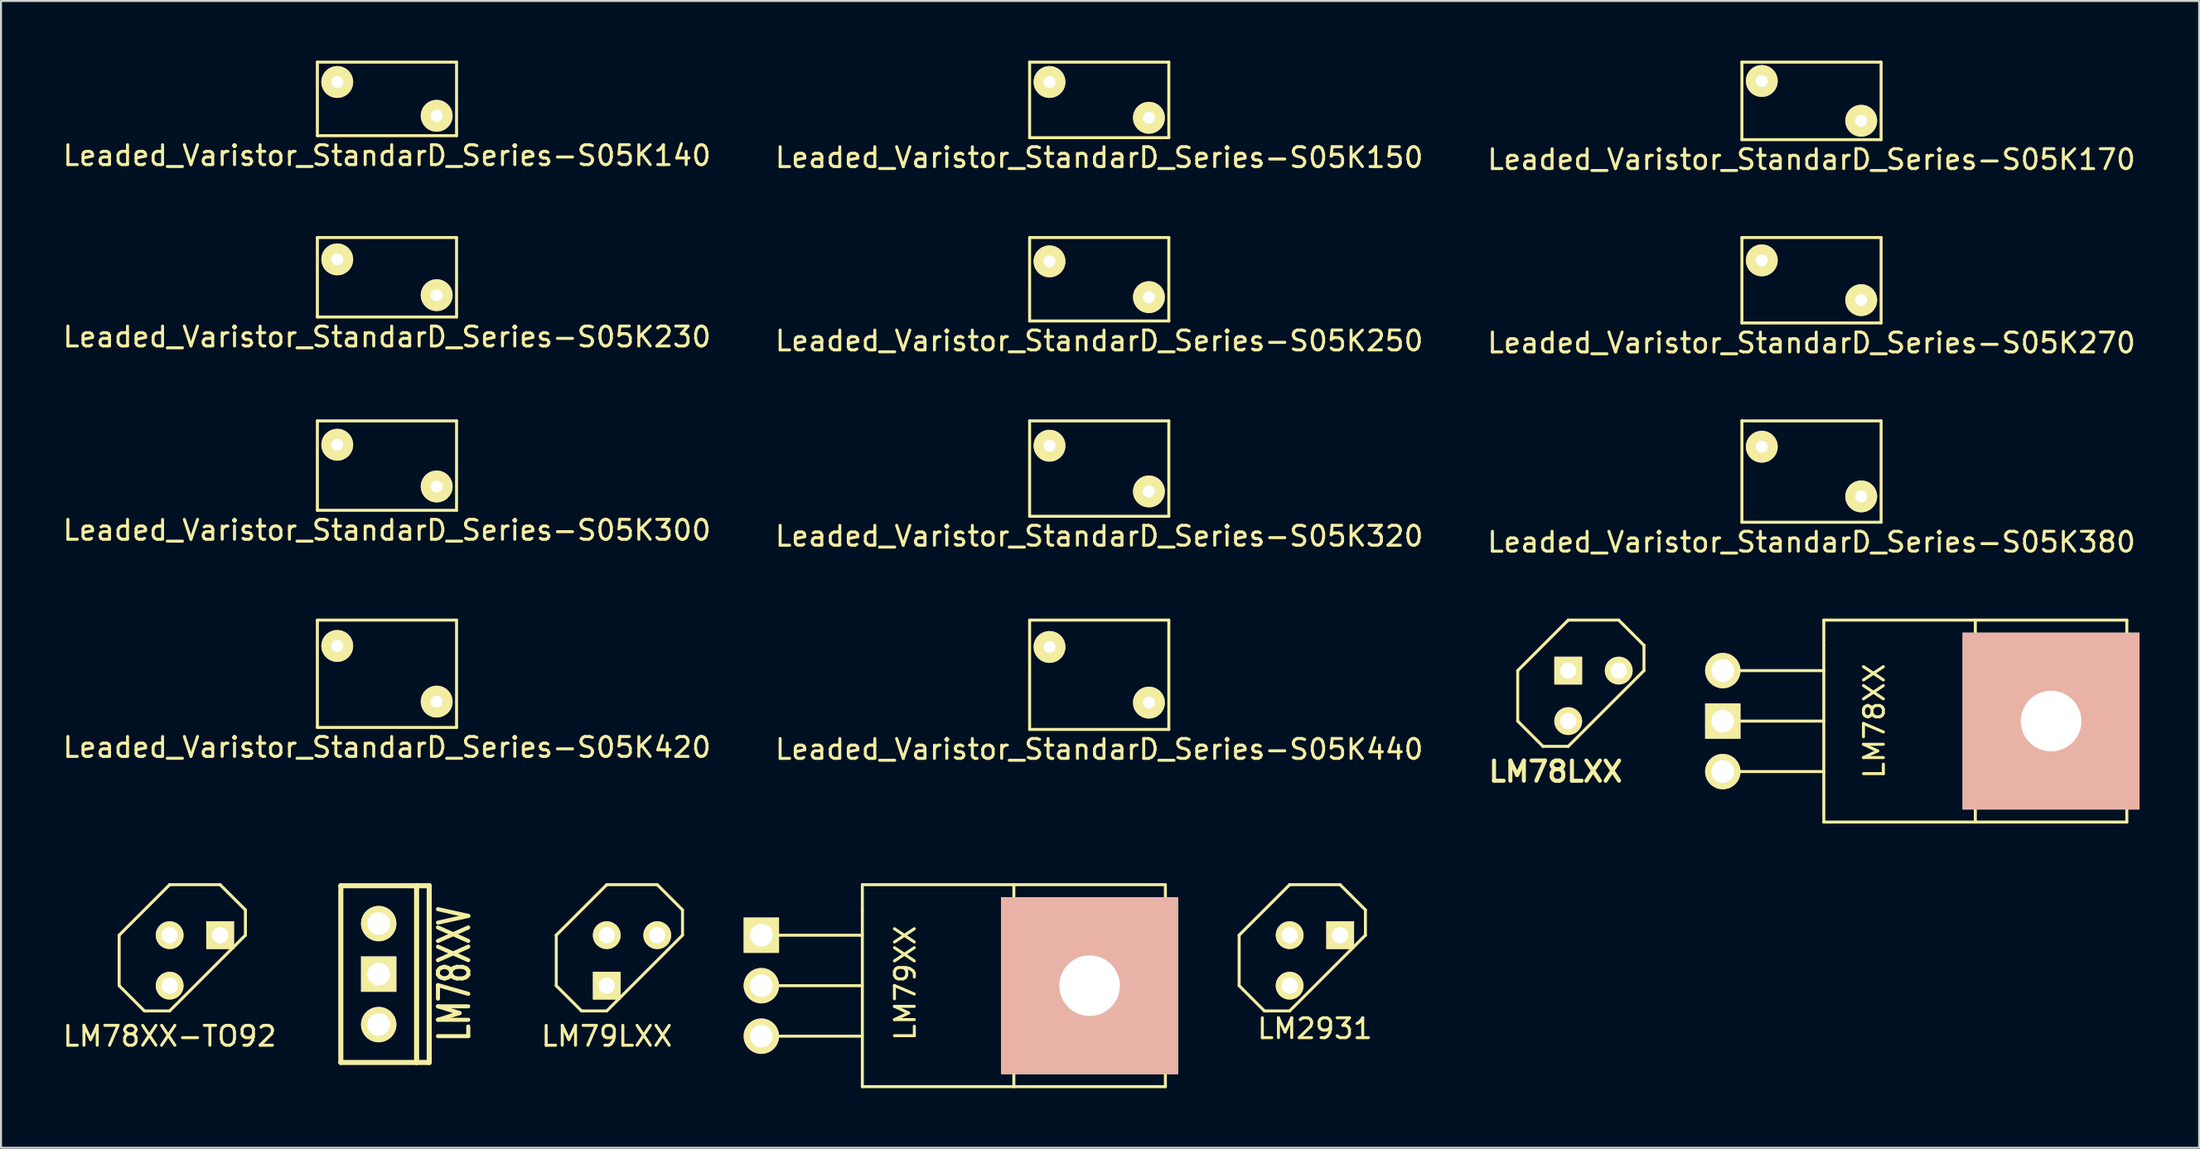
<source format=kicad_pcb>
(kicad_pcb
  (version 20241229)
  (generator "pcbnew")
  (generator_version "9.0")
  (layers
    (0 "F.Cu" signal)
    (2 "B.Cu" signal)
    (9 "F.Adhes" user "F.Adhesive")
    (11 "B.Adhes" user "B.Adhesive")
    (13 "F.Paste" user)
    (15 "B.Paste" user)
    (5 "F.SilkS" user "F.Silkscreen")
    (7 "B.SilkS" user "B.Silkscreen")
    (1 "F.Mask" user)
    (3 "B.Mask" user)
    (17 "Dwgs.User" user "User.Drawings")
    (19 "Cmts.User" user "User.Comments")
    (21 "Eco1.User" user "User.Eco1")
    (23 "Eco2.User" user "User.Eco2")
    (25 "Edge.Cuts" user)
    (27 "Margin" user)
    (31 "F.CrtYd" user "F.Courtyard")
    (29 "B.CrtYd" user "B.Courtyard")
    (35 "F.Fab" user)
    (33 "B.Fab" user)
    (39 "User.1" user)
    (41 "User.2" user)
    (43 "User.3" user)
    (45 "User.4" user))
  (footprint "LM78XXV"
    (layer "F.Cu")
    (at 15.996 45.952)
    (property "Reference" "LM78XXV" (at 3.81 0 90) (layer "F.SilkS") (effects (font (size 1.524 1.016) (thickness 0.203))))
    (attr through_hole)
    (fp_line (start -1.905 -4.445) (end 1.905 -4.445) (stroke (width 0.254) (type solid)) (layer "F.SilkS"))
    (fp_line (start -1.905 4.445) (end -1.905 -4.445) (stroke (width 0.254) (type solid)) (layer "F.SilkS"))
    (fp_line (start 1.905 -4.445) (end 1.905 4.445) (stroke (width 0.254) (type solid)) (layer "F.SilkS"))
    (fp_line (start 1.905 -4.445) (end 2.54 -4.445) (stroke (width 0.254) (type solid)) (layer "F.SilkS"))
    (fp_line (start 1.905 4.445) (end -1.905 4.445) (stroke (width 0.254) (type solid)) (layer "F.SilkS"))
    (fp_line (start 2.54 -4.445) (end 2.54 4.445) (stroke (width 0.254) (type solid)) (layer "F.SilkS"))
    (fp_line (start 2.54 4.445) (end 1.905 4.445) (stroke (width 0.254) (type solid)) (layer "F.SilkS"))
    (pad "GND" thru_hole rect (at 0 0) (size 1.778 1.778) (drill 1.143) (layers "*.Cu" "*.Mask" "F.SilkS"))
    (pad "VI" thru_hole circle (at 0 -2.54) (size 1.778 1.778) (drill 1.143) (layers "*.Cu" "*.Mask" "F.SilkS"))
    (pad "VO" thru_hole circle (at 0 2.54) (size 1.778 1.778) (drill 1.143) (layers "*.Cu" "*.Mask" "F.SilkS")))
  (footprint "Leaded_Varistor_StandarD_Series-S05K150"
    (layer "F.Cu")
    (at 49.732 1.075)
    (property "Reference" "Leaded_Varistor_StandarD_Series-S05K150" (at 2.5 3.8 0) (layer "F.SilkS") (effects (font (size 1 1) (thickness 0.15))))
    (attr through_hole)
    (fp_line (start -1 -1) (end -1 2.8) (stroke (width 0.15) (type solid)) (layer "F.SilkS"))
    (fp_line (start -1 -1) (end 6 -1) (stroke (width 0.15) (type solid)) (layer "F.SilkS"))
    (fp_line (start -1 2.8) (end 6 2.8) (stroke (width 0.15) (type solid)) (layer "F.SilkS"))
    (fp_line (start 6 -1) (end 6 2.8) (stroke (width 0.15) (type solid)) (layer "F.SilkS"))
    (pad "1" thru_hole circle (at 0 0) (size 1.6 1.6) (drill 0.6) (layers "*.Cu" "*.Mask" "F.SilkS"))
    (pad "2" thru_hole circle (at 5 1.8) (size 1.6 1.6) (drill 0.6) (layers "*.Cu" "*.Mask" "F.SilkS")))
  (footprint "Leaded_Varistor_StandarD_Series-S05K300"
    (layer "F.Cu")
    (at 13.911 19.322)
    (property "Reference" "Leaded_Varistor_StandarD_Series-S05K300" (at 2.5 4.3 0) (layer "F.SilkS") (effects (font (size 1 1) (thickness 0.15))))
    (attr through_hole)
    (fp_line (start -1 -1.2) (end -1 3.3) (stroke (width 0.15) (type solid)) (layer "F.SilkS"))
    (fp_line (start -1 -1.2) (end 6 -1.2) (stroke (width 0.15) (type solid)) (layer "F.SilkS"))
    (fp_line (start -1 3.3) (end 6 3.3) (stroke (width 0.15) (type solid)) (layer "F.SilkS"))
    (fp_line (start 6 -1.2) (end 6 3.3) (stroke (width 0.15) (type solid)) (layer "F.SilkS"))
    (pad "1" thru_hole circle (at 0 0) (size 1.6 1.6) (drill 0.6) (layers "*.Cu" "*.Mask" "F.SilkS"))
    (pad "2" thru_hole circle (at 5 2.1) (size 1.6 1.6) (drill 0.6) (layers "*.Cu" "*.Mask" "F.SilkS")))
  (footprint "Leaded_Varistor_StandarD_Series-S05K250"
    (layer "F.Cu")
    (at 49.732 10.098)
    (property "Reference" "Leaded_Varistor_StandarD_Series-S05K250" (at 2.5 4 0) (layer "F.SilkS") (effects (font (size 1 1) (thickness 0.15))))
    (attr through_hole)
    (fp_line (start -1 -1.2) (end -1 3) (stroke (width 0.15) (type solid)) (layer "F.SilkS"))
    (fp_line (start -1 -1.2) (end 6 -1.2) (stroke (width 0.15) (type solid)) (layer "F.SilkS"))
    (fp_line (start -1 3) (end 6 3) (stroke (width 0.15) (type solid)) (layer "F.SilkS"))
    (fp_line (start 6 -1.2) (end 6 3) (stroke (width 0.15) (type solid)) (layer "F.SilkS"))
    (pad "1" thru_hole circle (at 0 0) (size 1.6 1.6) (drill 0.6) (layers "*.Cu" "*.Mask" "F.SilkS"))
    (pad "2" thru_hole circle (at 5 1.8) (size 1.6 1.6) (drill 0.6) (layers "*.Cu" "*.Mask" "F.SilkS")))
  (footprint "Leaded_Varistor_StandarD_Series-S05K320"
    (layer "F.Cu")
    (at 49.732 19.372)
    (property "Reference" "Leaded_Varistor_StandarD_Series-S05K320" (at 2.5 4.55 0) (layer "F.SilkS") (effects (font (size 1 1) (thickness 0.15))))
    (attr through_hole)
    (fp_line (start -1 -1.25) (end -1 3.55) (stroke (width 0.15) (type solid)) (layer "F.SilkS"))
    (fp_line (start -1 -1.25) (end 6 -1.25) (stroke (width 0.15) (type solid)) (layer "F.SilkS"))
    (fp_line (start -1 3.55) (end 6 3.55) (stroke (width 0.15) (type solid)) (layer "F.SilkS"))
    (fp_line (start 6 -1.25) (end 6 3.55) (stroke (width 0.15) (type solid)) (layer "F.SilkS"))
    (pad "1" thru_hole circle (at 0 0) (size 1.6 1.6) (drill 0.6) (layers "*.Cu" "*.Mask" "F.SilkS"))
    (pad "2" thru_hole circle (at 5 2.3) (size 1.6 1.6) (drill 0.6) (layers "*.Cu" "*.Mask" "F.SilkS")))
  (footprint "LM79LXX"
    (layer "F.Cu")
    (at 28.735 45.265)
    (property "Reference" "LM79LXX" (at -1.27 3.81 0) (layer "F.SilkS") (effects (font (size 1 1) (thickness 0.15))))
    (attr through_hole)
    (fp_line (start -3.81 -1.27) (end -3.81 1.27) (stroke (width 0.15) (type solid)) (layer "F.SilkS"))
    (fp_line (start -3.81 1.27) (end -2.54 2.54) (stroke (width 0.15) (type solid)) (layer "F.SilkS"))
    (fp_line (start -2.54 2.54) (end -1.27 2.54) (stroke (width 0.15) (type solid)) (layer "F.SilkS"))
    (fp_line (start -1.27 -3.81) (end -3.81 -1.27) (stroke (width 0.15) (type solid)) (layer "F.SilkS"))
    (fp_line (start -1.27 2.54) (end 2.54 -1.27) (stroke (width 0.15) (type solid)) (layer "F.SilkS"))
    (fp_line (start 1.27 -3.81) (end -1.27 -3.81) (stroke (width 0.15) (type solid)) (layer "F.SilkS"))
    (fp_line (start 2.54 -2.54) (end 1.27 -3.81) (stroke (width 0.15) (type solid)) (layer "F.SilkS"))
    (fp_line (start 2.54 -1.27) (end 2.54 -2.54) (stroke (width 0.15) (type solid)) (layer "F.SilkS"))
    (pad "GND" thru_hole rect (at -1.27 1.27) (size 1.397 1.397) (drill 0.813) (layers "*.Cu" "*.Mask" "F.SilkS"))
    (pad "VI" thru_hole circle (at -1.27 -1.27) (size 1.397 1.397) (drill 0.813) (layers "*.Cu" "*.Mask" "F.SilkS"))
    (pad "VO" thru_hole circle (at 1.27 -1.27) (size 1.397 1.397) (drill 0.813) (layers "*.Cu" "*.Mask" "F.SilkS")))
  (footprint "LM2931"
    (layer "F.Cu")
    (at 63.079 45.265)
    (property "Reference" "LM2931" (at 0 3.429 0) (layer "F.SilkS") (effects (font (size 1 1) (thickness 0.15))))
    (attr through_hole)
    (fp_line (start -3.81 -1.27) (end -3.81 1.27) (stroke (width 0.15) (type solid)) (layer "F.SilkS"))
    (fp_line (start -3.81 1.27) (end -2.54 2.54) (stroke (width 0.15) (type solid)) (layer "F.SilkS"))
    (fp_line (start -2.54 2.54) (end -1.27 2.54) (stroke (width 0.15) (type solid)) (layer "F.SilkS"))
    (fp_line (start -1.27 -3.81) (end -3.81 -1.27) (stroke (width 0.15) (type solid)) (layer "F.SilkS"))
    (fp_line (start -1.27 2.54) (end 2.54 -1.27) (stroke (width 0.15) (type solid)) (layer "F.SilkS"))
    (fp_line (start 1.27 -3.81) (end -1.27 -3.81) (stroke (width 0.15) (type solid)) (layer "F.SilkS"))
    (fp_line (start 2.54 -2.54) (end 1.27 -3.81) (stroke (width 0.15) (type solid)) (layer "F.SilkS"))
    (fp_line (start 2.54 -1.27) (end 2.54 -2.54) (stroke (width 0.15) (type solid)) (layer "F.SilkS"))
    (pad "1" thru_hole rect (at 1.27 -1.27) (size 1.397 1.397) (drill 0.813) (layers "*.Cu" "*.Mask" "F.SilkS"))
    (pad "2" thru_hole circle (at -1.27 1.27) (size 1.397 1.397) (drill 0.813) (layers "*.Cu" "*.Mask" "F.SilkS"))
    (pad "3" thru_hole circle (at -1.27 -1.27) (size 1.397 1.397) (drill 0.813) (layers "*.Cu" "*.Mask" "F.SilkS")))
  (footprint "Leaded_Varistor_StandarD_Series-S05K440"
    (layer "F.Cu")
    (at 49.732 29.495)
    (property "Reference" "Leaded_Varistor_StandarD_Series-S05K440" (at 2.5 5.15 0) (layer "F.SilkS") (effects (font (size 1 1) (thickness 0.15))))
    (attr through_hole)
    (fp_line (start -1 -1.35) (end -1 4.15) (stroke (width 0.15) (type solid)) (layer "F.SilkS"))
    (fp_line (start -1 -1.35) (end 6 -1.35) (stroke (width 0.15) (type solid)) (layer "F.SilkS"))
    (fp_line (start -1 4.15) (end 6 4.15) (stroke (width 0.15) (type solid)) (layer "F.SilkS"))
    (fp_line (start 6 -1.35) (end 6 4.15) (stroke (width 0.15) (type solid)) (layer "F.SilkS"))
    (pad "1" thru_hole circle (at 0 0) (size 1.6 1.6) (drill 0.6) (layers "*.Cu" "*.Mask" "F.SilkS"))
    (pad "2" thru_hole circle (at 5 2.8) (size 1.6 1.6) (drill 0.6) (layers "*.Cu" "*.Mask" "F.SilkS")))
  (footprint "Leaded_Varistor_StandarD_Series-S05K230"
    (layer "F.Cu")
    (at 13.911 9.998)
    (property "Reference" "Leaded_Varistor_StandarD_Series-S05K230" (at 2.5 3.9 0) (layer "F.SilkS") (effects (font (size 1 1) (thickness 0.15))))
    (attr through_hole)
    (fp_line (start -1 -1.1) (end -1 2.9) (stroke (width 0.15) (type solid)) (layer "F.SilkS"))
    (fp_line (start -1 -1.1) (end 6 -1.1) (stroke (width 0.15) (type solid)) (layer "F.SilkS"))
    (fp_line (start -1 2.9) (end 6 2.9) (stroke (width 0.15) (type solid)) (layer "F.SilkS"))
    (fp_line (start 6 -1.1) (end 6 2.9) (stroke (width 0.15) (type solid)) (layer "F.SilkS"))
    (pad "1" thru_hole circle (at 0 0) (size 1.6 1.6) (drill 0.6) (layers "*.Cu" "*.Mask" "F.SilkS"))
    (pad "2" thru_hole circle (at 5 1.8) (size 1.6 1.6) (drill 0.6) (layers "*.Cu" "*.Mask" "F.SilkS")))
  (footprint "Leaded_Varistor_StandarD_Series-S05K380"
    (layer "F.Cu")
    (at 85.554 19.422)
    (property "Reference" "Leaded_Varistor_StandarD_Series-S05K380" (at 2.5 4.8 0) (layer "F.SilkS") (effects (font (size 1 1) (thickness 0.15))))
    (attr through_hole)
    (fp_line (start -1 -1.3) (end -1 3.8) (stroke (width 0.15) (type solid)) (layer "F.SilkS"))
    (fp_line (start -1 -1.3) (end 6 -1.3) (stroke (width 0.15) (type solid)) (layer "F.SilkS"))
    (fp_line (start -1 3.8) (end 6 3.8) (stroke (width 0.15) (type solid)) (layer "F.SilkS"))
    (fp_line (start 6 -1.3) (end 6 3.8) (stroke (width 0.15) (type solid)) (layer "F.SilkS"))
    (pad "1" thru_hole circle (at 0 0) (size 1.6 1.6) (drill 0.6) (layers "*.Cu" "*.Mask" "F.SilkS"))
    (pad "2" thru_hole circle (at 5 2.5) (size 1.6 1.6) (drill 0.6) (layers "*.Cu" "*.Mask" "F.SilkS")))
  (footprint "LM78XX-TO92"
    (layer "F.Cu")
    (at 6.752 45.265)
    (property "Reference" "LM78XX-TO92" (at -1.27 3.81 0) (layer "F.SilkS") (effects (font (size 1 1) (thickness 0.15))))
    (attr through_hole)
    (fp_line (start -3.81 -1.27) (end -3.81 1.27) (stroke (width 0.15) (type solid)) (layer "F.SilkS"))
    (fp_line (start -3.81 1.27) (end -2.54 2.54) (stroke (width 0.15) (type solid)) (layer "F.SilkS"))
    (fp_line (start -2.54 2.54) (end -1.27 2.54) (stroke (width 0.15) (type solid)) (layer "F.SilkS"))
    (fp_line (start -1.27 -3.81) (end -3.81 -1.27) (stroke (width 0.15) (type solid)) (layer "F.SilkS"))
    (fp_line (start -1.27 2.54) (end 2.54 -1.27) (stroke (width 0.15) (type solid)) (layer "F.SilkS"))
    (fp_line (start 1.27 -3.81) (end -1.27 -3.81) (stroke (width 0.15) (type solid)) (layer "F.SilkS"))
    (fp_line (start 2.54 -2.54) (end 1.27 -3.81) (stroke (width 0.15) (type solid)) (layer "F.SilkS"))
    (fp_line (start 2.54 -1.27) (end 2.54 -2.54) (stroke (width 0.15) (type solid)) (layer "F.SilkS"))
    (pad "GND" thru_hole circle (at -1.27 -1.27) (size 1.397 1.397) (drill 0.813) (layers "*.Cu" "*.Mask" "F.SilkS"))
    (pad "VI" thru_hole rect (at 1.27 -1.27) (size 1.397 1.397) (drill 0.813) (layers "*.Cu" "*.Mask" "F.SilkS"))
    (pad "VO" thru_hole circle (at -1.27 1.27) (size 1.397 1.397) (drill 0.813) (layers "*.Cu" "*.Mask" "F.SilkS")))
  (footprint "Leaded_Varistor_StandarD_Series-S05K420"
    (layer "F.Cu")
    (at 13.911 29.445)
    (property "Reference" "Leaded_Varistor_StandarD_Series-S05K420" (at 2.5 5.1 0) (layer "F.SilkS") (effects (font (size 1 1) (thickness 0.15))))
    (attr through_hole)
    (fp_line (start -1 -1.3) (end -1 4.1) (stroke (width 0.15) (type solid)) (layer "F.SilkS"))
    (fp_line (start -1 -1.3) (end 6 -1.3) (stroke (width 0.15) (type solid)) (layer "F.SilkS"))
    (fp_line (start -1 4.1) (end 6 4.1) (stroke (width 0.15) (type solid)) (layer "F.SilkS"))
    (fp_line (start 6 -1.3) (end 6 4.1) (stroke (width 0.15) (type solid)) (layer "F.SilkS"))
    (pad "1" thru_hole circle (at 0 0) (size 1.6 1.6) (drill 0.6) (layers "*.Cu" "*.Mask" "F.SilkS"))
    (pad "2" thru_hole circle (at 5 2.8) (size 1.6 1.6) (drill 0.6) (layers "*.Cu" "*.Mask" "F.SilkS")))
  (footprint "Leaded_Varistor_StandarD_Series-S05K170"
    (layer "F.Cu")
    (at 85.554 1.025)
    (property "Reference" "Leaded_Varistor_StandarD_Series-S05K170" (at 2.5 3.95 0) (layer "F.SilkS") (effects (font (size 1 1) (thickness 0.15))))
    (attr through_hole)
    (fp_line (start -1 -0.95) (end -1 2.95) (stroke (width 0.15) (type solid)) (layer "F.SilkS"))
    (fp_line (start -1 -0.95) (end 6 -0.95) (stroke (width 0.15) (type solid)) (layer "F.SilkS"))
    (fp_line (start -1 2.95) (end 6 2.95) (stroke (width 0.15) (type solid)) (layer "F.SilkS"))
    (fp_line (start 6 -0.95) (end 6 2.95) (stroke (width 0.15) (type solid)) (layer "F.SilkS"))
    (pad "1" thru_hole circle (at 0 0) (size 1.6 1.6) (drill 0.6) (layers "*.Cu" "*.Mask" "F.SilkS"))
    (pad "2" thru_hole circle (at 5 2) (size 1.6 1.6) (drill 0.6) (layers "*.Cu" "*.Mask" "F.SilkS")))
  (footprint "LM78XX"
    (layer "F.Cu")
    (at 83.593 33.225)
    (property "Reference" "LM78XX" (at 7.62 0 90) (layer "F.SilkS") (effects (font (size 1 1) (thickness 0.15))))
    (attr through_hole)
    (fp_line (start 0 -2.54) (end 5.08 -2.54) (stroke (width 0.15) (type solid)) (layer "F.SilkS"))
    (fp_line (start 0 0) (end 5.08 0) (stroke (width 0.15) (type solid)) (layer "F.SilkS"))
    (fp_line (start 0 2.54) (end 5.08 2.54) (stroke (width 0.15) (type solid)) (layer "F.SilkS"))
    (fp_line (start 5.08 -5.08) (end 20.32 -5.08) (stroke (width 0.15) (type solid)) (layer "F.SilkS"))
    (fp_line (start 5.08 -3.81) (end 5.08 -5.08) (stroke (width 0.15) (type solid)) (layer "F.SilkS"))
    (fp_line (start 5.08 -3.81) (end 5.08 5.08) (stroke (width 0.15) (type solid)) (layer "F.SilkS"))
    (fp_line (start 5.08 5.08) (end 20.32 5.08) (stroke (width 0.15) (type solid)) (layer "F.SilkS"))
    (fp_line (start 12.7 3.81) (end 12.7 -5.08) (stroke (width 0.15) (type solid)) (layer "F.SilkS"))
    (fp_line (start 12.7 3.81) (end 12.7 5.08) (stroke (width 0.15) (type solid)) (layer "F.SilkS"))
    (fp_line (start 20.32 5.08) (end 20.32 -5.08) (stroke (width 0.15) (type solid)) (layer "F.SilkS"))
    (pad "4" thru_hole rect (at 16.51 0) (size 8.89 8.89) (drill 3.048) (layers "*.Cu" "*.SilkS" "*.Mask"))
    (pad "GND" thru_hole rect (at 0 0) (size 1.778 1.778) (drill 1.143) (layers "*.Cu" "*.Mask" "F.SilkS"))
    (pad "VI" thru_hole circle (at 0 -2.54) (size 1.778 1.778) (drill 1.143) (layers "*.Cu" "*.Mask" "F.SilkS"))
    (pad "VO" thru_hole circle (at 0 2.54) (size 1.778 1.778) (drill 1.143) (layers "*.Cu" "*.Mask" "F.SilkS")))
  (footprint "Leaded_Varistor_StandarD_Series-S05K140"
    (layer "F.Cu")
    (at 13.911 1.075)
    (property "Reference" "Leaded_Varistor_StandarD_Series-S05K140" (at 2.5 3.7 0) (layer "F.SilkS") (effects (font (size 1 1) (thickness 0.15))))
    (attr through_hole)
    (fp_line (start -1 -1) (end -1 2.7) (stroke (width 0.15) (type solid)) (layer "F.SilkS"))
    (fp_line (start -1 -1) (end 6 -1) (stroke (width 0.15) (type solid)) (layer "F.SilkS"))
    (fp_line (start -1 2.7) (end 6 2.7) (stroke (width 0.15) (type solid)) (layer "F.SilkS"))
    (fp_line (start 6 -1) (end 6 2.7) (stroke (width 0.15) (type solid)) (layer "F.SilkS"))
    (pad "1" thru_hole circle (at 0 0) (size 1.6 1.6) (drill 0.6) (layers "*.Cu" "*.Mask" "F.SilkS"))
    (pad "2" thru_hole circle (at 5 1.7) (size 1.6 1.6) (drill 0.6) (layers "*.Cu" "*.Mask" "F.SilkS")))
  (footprint "LM79XX"
    (layer "F.Cu")
    (at 35.239 46.535)
    (property "Reference" "LM79XX" (at 7.239 -0.127 90) (layer "F.SilkS") (effects (font (size 1 1) (thickness 0.15))))
    (attr through_hole)
    (fp_line (start 0 -2.54) (end 5.08 -2.54) (stroke (width 0.15) (type solid)) (layer "F.SilkS"))
    (fp_line (start 0 0) (end 5.08 0) (stroke (width 0.15) (type solid)) (layer "F.SilkS"))
    (fp_line (start 0 2.54) (end 5.08 2.54) (stroke (width 0.15) (type solid)) (layer "F.SilkS"))
    (fp_line (start 5.08 -5.08) (end 5.08 -3.81) (stroke (width 0.15) (type solid)) (layer "F.SilkS"))
    (fp_line (start 5.08 -3.81) (end 5.08 5.08) (stroke (width 0.15) (type solid)) (layer "F.SilkS"))
    (fp_line (start 5.08 5.08) (end 20.32 5.08) (stroke (width 0.15) (type solid)) (layer "F.SilkS"))
    (fp_line (start 12.7 3.81) (end 12.7 -5.08) (stroke (width 0.15) (type solid)) (layer "F.SilkS"))
    (fp_line (start 12.7 3.81) (end 12.7 5.08) (stroke (width 0.15) (type solid)) (layer "F.SilkS"))
    (fp_line (start 20.32 -5.08) (end 5.08 -5.08) (stroke (width 0.15) (type solid)) (layer "F.SilkS"))
    (fp_line (start 20.32 5.08) (end 20.32 -5.08) (stroke (width 0.15) (type solid)) (layer "F.SilkS"))
    (pad "4" thru_hole rect (at 16.51 0) (size 8.89 8.89) (drill 3.048) (layers "*.Cu" "*.SilkS" "*.Mask"))
    (pad "GND" thru_hole rect (at 0 -2.54) (size 1.778 1.778) (drill 1.143) (layers "*.Cu" "*.Mask" "F.SilkS"))
    (pad "VI" thru_hole circle (at 0 0) (size 1.778 1.778) (drill 1.143) (layers "*.Cu" "*.Mask" "F.SilkS"))
    (pad "VO" thru_hole circle (at 0 2.54) (size 1.778 1.778) (drill 1.143) (layers "*.Cu" "*.Mask" "F.SilkS")))
  (footprint "Leaded_Varistor_StandarD_Series-S05K270"
    (layer "F.Cu")
    (at 85.554 10.048)
    (property "Reference" "Leaded_Varistor_StandarD_Series-S05K270" (at 2.5 4.15 0) (layer "F.SilkS") (effects (font (size 1 1) (thickness 0.15))))
    (attr through_hole)
    (fp_line (start -1 -1.15) (end -1 3.15) (stroke (width 0.15) (type solid)) (layer "F.SilkS"))
    (fp_line (start -1 -1.15) (end 6 -1.15) (stroke (width 0.15) (type solid)) (layer "F.SilkS"))
    (fp_line (start -1 3.15) (end 6 3.15) (stroke (width 0.15) (type solid)) (layer "F.SilkS"))
    (fp_line (start 6 -1.15) (end 6 3.15) (stroke (width 0.15) (type solid)) (layer "F.SilkS"))
    (pad "1" thru_hole circle (at 0 0) (size 1.6 1.6) (drill 0.6) (layers "*.Cu" "*.Mask" "F.SilkS"))
    (pad "2" thru_hole circle (at 5 2) (size 1.6 1.6) (drill 0.6) (layers "*.Cu" "*.Mask" "F.SilkS")))
  (footprint "LM78LXX"
    (layer "F.Cu")
    (at 77.089 31.955)
    (property "Reference" "LM78LXX" (at -1.905 3.81 0) (layer "F.SilkS") (effects (font (size 1.016 1.016) (thickness 0.203))))
    (attr through_hole)
    (fp_line (start -3.81 -1.27) (end -3.81 1.27) (stroke (width 0.15) (type solid)) (layer "F.SilkS"))
    (fp_line (start -3.81 1.27) (end -2.54 2.54) (stroke (width 0.15) (type solid)) (layer "F.SilkS"))
    (fp_line (start -2.54 2.54) (end -1.27 2.54) (stroke (width 0.15) (type solid)) (layer "F.SilkS"))
    (fp_line (start -1.27 -3.81) (end -3.81 -1.27) (stroke (width 0.15) (type solid)) (layer "F.SilkS"))
    (fp_line (start -1.27 2.54) (end 2.54 -1.27) (stroke (width 0.15) (type solid)) (layer "F.SilkS"))
    (fp_line (start 1.27 -3.81) (end -1.27 -3.81) (stroke (width 0.15) (type solid)) (layer "F.SilkS"))
    (fp_line (start 2.54 -2.54) (end 1.27 -3.81) (stroke (width 0.15) (type solid)) (layer "F.SilkS"))
    (fp_line (start 2.54 -1.27) (end 2.54 -2.54) (stroke (width 0.15) (type solid)) (layer "F.SilkS"))
    (pad "GND" thru_hole rect (at -1.27 -1.27) (size 1.397 1.397) (drill 0.813) (layers "*.Cu" "*.Mask" "F.SilkS"))
    (pad "VI" thru_hole circle (at 1.27 -1.27) (size 1.397 1.397) (drill 0.813) (layers "*.Cu" "*.Mask" "F.SilkS"))
    (pad "VO" thru_hole circle (at -1.27 1.27) (size 1.397 1.397) (drill 0.813) (layers "*.Cu" "*.Mask" "F.SilkS")))
  (gr_rect
    (start -3 -3)
    (end 107.548 54.69)
    (stroke (width 0.1) (type default))
    (fill no)
    (layer "Edge.Cuts")))
</source>
